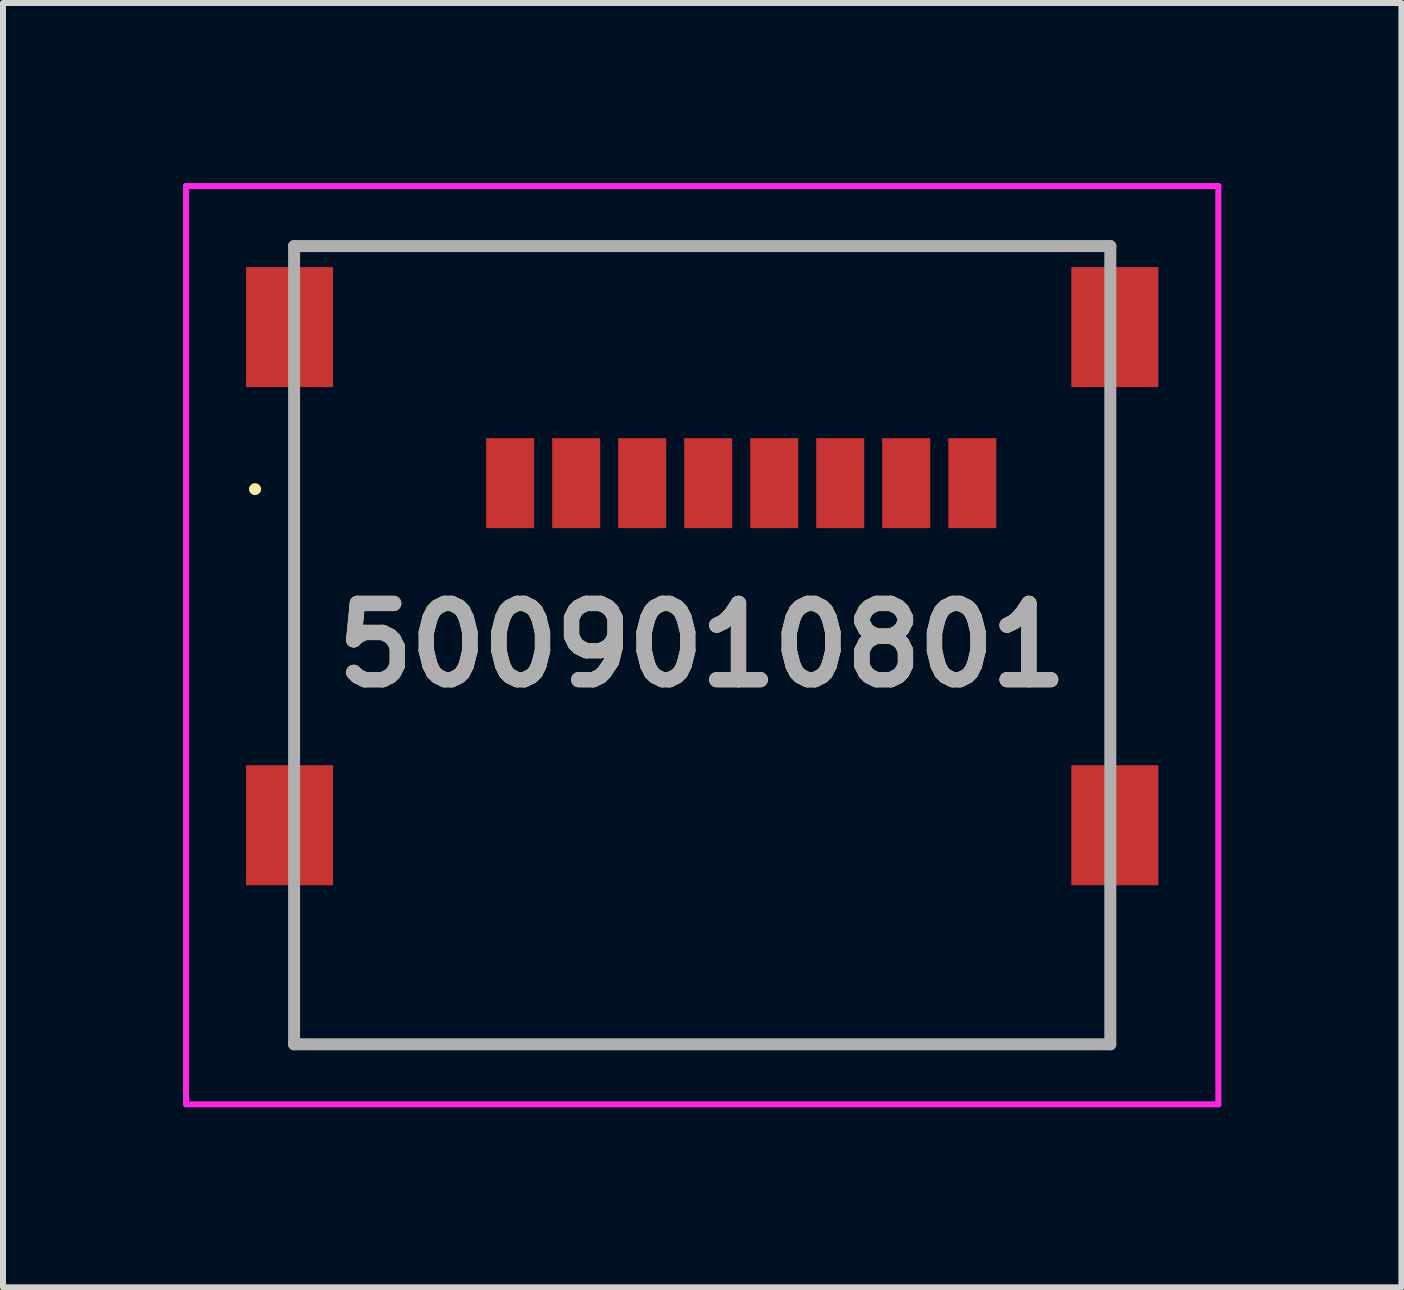
<source format=kicad_pcb>
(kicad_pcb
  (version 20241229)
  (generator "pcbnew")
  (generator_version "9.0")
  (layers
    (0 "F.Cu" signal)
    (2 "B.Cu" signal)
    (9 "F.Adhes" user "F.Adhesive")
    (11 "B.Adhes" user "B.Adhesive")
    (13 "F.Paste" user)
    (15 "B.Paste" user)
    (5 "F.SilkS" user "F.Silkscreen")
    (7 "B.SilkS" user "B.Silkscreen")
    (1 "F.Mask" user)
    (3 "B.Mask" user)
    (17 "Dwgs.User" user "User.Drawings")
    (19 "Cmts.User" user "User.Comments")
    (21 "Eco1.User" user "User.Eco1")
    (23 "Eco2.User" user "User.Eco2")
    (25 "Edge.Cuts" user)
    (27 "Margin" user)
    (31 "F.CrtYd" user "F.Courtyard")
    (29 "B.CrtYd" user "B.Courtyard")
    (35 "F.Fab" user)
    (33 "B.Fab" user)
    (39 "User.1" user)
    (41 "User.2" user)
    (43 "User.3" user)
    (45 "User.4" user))
  (footprint "5009010801"
    (layer "F.Cu")
    (at 8.65 7.7)
    (property "Reference" "5009010801" (at 0 0 0) (layer "F.SilkS") (effects (font (size 1.27 1.27) (thickness 0.254))))
    (attr smd)
    (fp_line (start -7.5 -2.6) (end -7.5 -2.6) (stroke (width 0.1) (type solid)) (layer "F.SilkS"))
    (fp_line (start -7.4 -2.6) (end -7.4 -2.6) (stroke (width 0.1) (type solid)) (layer "F.SilkS"))
    (fp_line (start -6.8 -6.65) (end 6.8 -6.65) (stroke (width 0.1) (type solid)) (layer "F.SilkS"))
    (fp_line (start -6.8 1.6) (end -6.8 -3.8) (stroke (width 0.1) (type solid)) (layer "F.SilkS"))
    (fp_line (start -6.8 4.4) (end -6.8 6.65) (stroke (width 0.1) (type solid)) (layer "F.SilkS"))
    (fp_line (start -6.8 6.65) (end 6.8 6.65) (stroke (width 0.1) (type solid)) (layer "F.SilkS"))
    (fp_line (start 6.8 1.6) (end 6.8 -3.8) (stroke (width 0.1) (type solid)) (layer "F.SilkS"))
    (fp_line (start 6.8 6.65) (end 6.8 4.4) (stroke (width 0.1) (type solid)) (layer "F.SilkS"))
    (fp_arc (start -7.5 -2.6) (mid -7.45 -2.65) (end -7.4 -2.6) (stroke (width 0.1) (type solid)) (layer "F.SilkS"))
    (fp_arc (start -7.4 -2.6) (mid -7.45 -2.55) (end -7.5 -2.6) (stroke (width 0.1) (type solid)) (layer "F.SilkS"))
    (fp_line (start -8.6 -7.65) (end 8.6 -7.65) (stroke (width 0.1) (type solid)) (layer "F.CrtYd"))
    (fp_line (start -8.6 7.65) (end -8.6 -7.65) (stroke (width 0.1) (type solid)) (layer "F.CrtYd"))
    (fp_line (start 8.6 -7.65) (end 8.6 7.65) (stroke (width 0.1) (type solid)) (layer "F.CrtYd"))
    (fp_line (start 8.6 7.65) (end -8.6 7.65) (stroke (width 0.1) (type solid)) (layer "F.CrtYd"))
    (fp_line (start -6.8 -6.65) (end 6.8 -6.65) (stroke (width 0.2) (type solid)) (layer "F.Fab"))
    (fp_line (start -6.8 6.65) (end -6.8 -6.65) (stroke (width 0.2) (type solid)) (layer "F.Fab"))
    (fp_line (start 6.8 -6.65) (end 6.8 6.65) (stroke (width 0.2) (type solid)) (layer "F.Fab"))
    (fp_line (start 6.8 6.65) (end -6.8 6.65) (stroke (width 0.2) (type solid)) (layer "F.Fab"))
    (fp_text user "${REFERENCE}" (at 0 0 0) (layer "F.Fab") (effects (font (size 1.27 1.27) (thickness 0.254))))
    (pad "1" smd rect (at -3.2 -2.7) (size 0.8 1.5) (layers "F.Cu" "F.Mask" "F.Paste"))
    (pad "2" smd rect (at -2.1 -2.7) (size 0.8 1.5) (layers "F.Cu" "F.Mask" "F.Paste"))
    (pad "3" smd rect (at -1 -2.7) (size 0.8 1.5) (layers "F.Cu" "F.Mask" "F.Paste"))
    (pad "4" smd rect (at 0.1 -2.7) (size 0.8 1.5) (layers "F.Cu" "F.Mask" "F.Paste"))
    (pad "5" smd rect (at 1.2 -2.7) (size 0.8 1.5) (layers "F.Cu" "F.Mask" "F.Paste"))
    (pad "6" smd rect (at 2.3 -2.7) (size 0.8 1.5) (layers "F.Cu" "F.Mask" "F.Paste"))
    (pad "7" smd rect (at 3.4 -2.7) (size 0.8 1.5) (layers "F.Cu" "F.Mask" "F.Paste"))
    (pad "8" smd rect (at 4.5 -2.7) (size 0.8 1.5) (layers "F.Cu" "F.Mask" "F.Paste"))
    (pad "MP1" smd rect (at -6.875 -5.3) (size 1.45 2) (layers "F.Cu" "F.Mask" "F.Paste"))
    (pad "MP2" smd rect (at -6.875 3) (size 1.45 2) (layers "F.Cu" "F.Mask" "F.Paste"))
    (pad "MP3" smd rect (at 6.875 3) (size 1.45 2) (layers "F.Cu" "F.Mask" "F.Paste"))
    (pad "MP4" smd rect (at 6.875 -5.3) (size 1.45 2) (layers "F.Cu" "F.Mask" "F.Paste")))
  (gr_rect
    (start -3 -3)
    (end 20.3 18.4)
    (stroke (width 0.1) (type default))
    (fill no)
    (layer "Edge.Cuts")))
</source>
